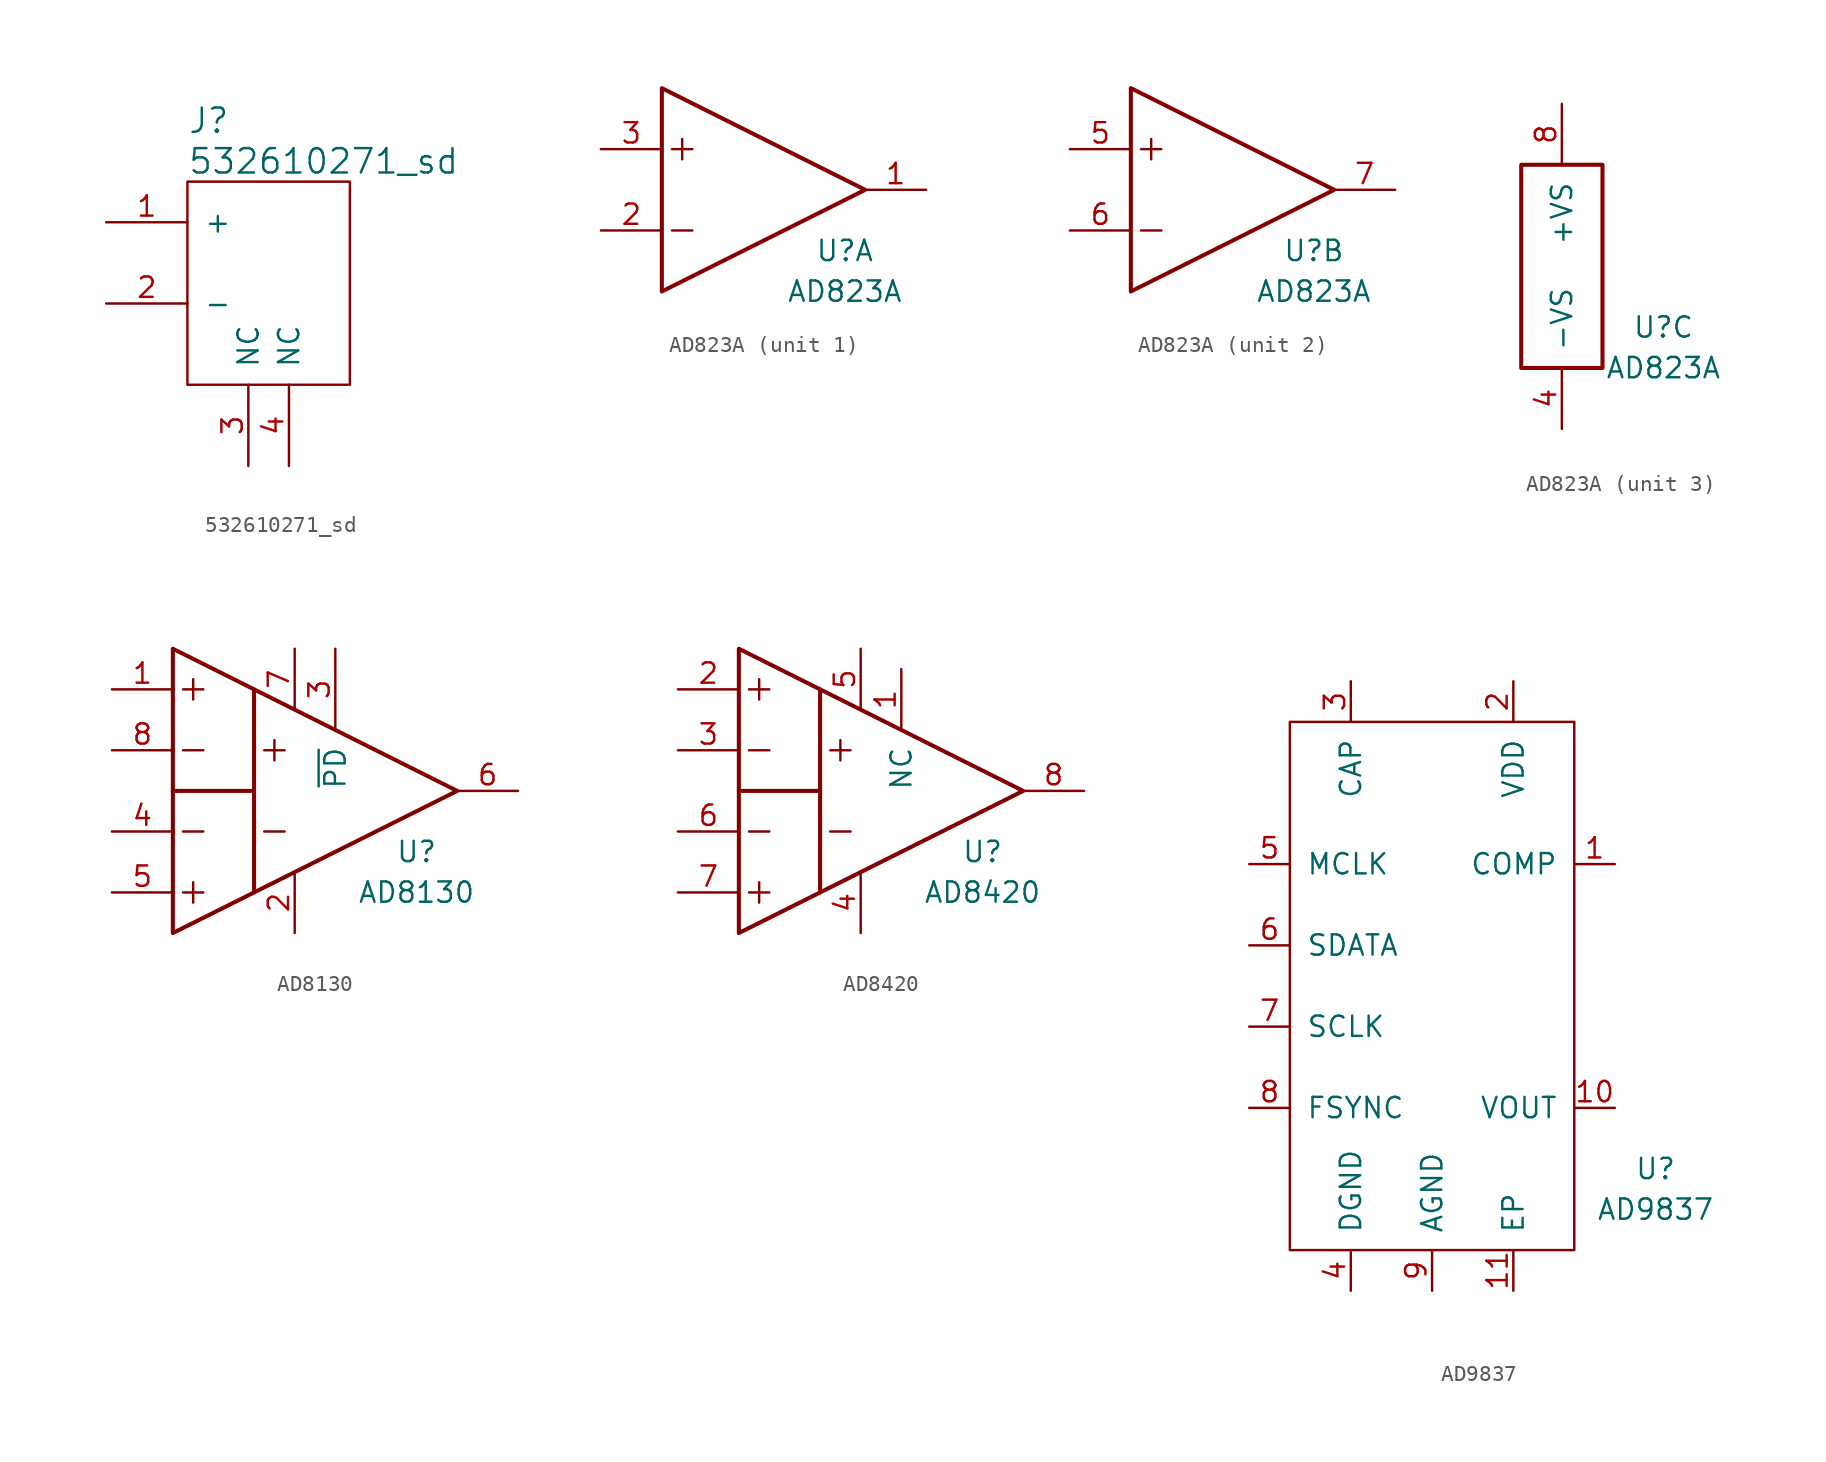
<source format=kicad_sym>
(kicad_symbol_lib
  (version 20231120)
  (generator "kicad_symbol_editor")
  (generator_version "8.0")
  (symbol "532610271_sd"
    (pin_names
      (offset 1.016))
    (property "Reference" "J"
      (at -5.08 8.89 0)
      (effects (font (size 1.524 1.524)) (justify left)))
    (property "Value" "532610271_sd"
      (at -5.08 6.35 0)
      (effects (font (size 1.524 1.524)) (justify left)))
    (symbol "532610271_sd_0_1"
      (rectangle (start -5.08 5.08) (end 5.08 -7.62) (stroke (width 0) (type default)) (fill (type none))))
    (symbol "532610271_sd_1_1"
      (pin input line (at -10.16 2.54 0) (length 5.08) (name "+" (effects (font (size 1.27 1.27)))) (number "1" (effects (font (size 1.27 1.27)))))
      (pin input line (at -10.16 -2.54 0) (length 5.08) (name "-" (effects (font (size 1.27 1.27)))) (number "2" (effects (font (size 1.27 1.27)))))
      (pin input line (at -1.27 -12.7 90) (length 5.08) (name "NC" (effects (font (size 1.27 1.27)))) (number "3" (effects (font (size 1.27 1.27)))))
      (pin input line (at 1.27 -12.7 90) (length 5.08) (name "NC" (effects (font (size 1.27 1.27)))) (number "4" (effects (font (size 1.27 1.27)))))))
  (symbol "AD823A"
    (pin_names
      (offset 1.016))
    (property "Reference" "U"
      (at 6.35 -3.81 0)
      (effects (font (size 1.27 1.27))))
    (property "Value" "AD823A"
      (at 6.35 -6.35 0)
      (effects (font (size 1.27 1.27))))
    (property "ki_locked" ""
      (at 0 0 0)
      (effects (font (size 1.27 1.27))))
    (symbol "AD823A_1_1"
      (polyline (pts (xy -4.445 -2.54) (xy -3.175 -2.54)) (stroke (width 0) (type default)) (fill (type none)))
      (polyline (pts (xy -4.445 2.54) (xy -3.175 2.54)) (stroke (width 0) (type default)) (fill (type none)))
      (polyline (pts (xy -3.81 3.175) (xy -3.81 1.905)) (stroke (width 0) (type default)) (fill (type none)))
      (polyline (pts (xy -5.08 0) (xy -5.08 6.35) (xy 7.62 0) (xy -5.08 -6.35) (xy -5.08 0)) (stroke (width 0.254) (type default)) (fill (type none)))
      (pin output line (at 11.43 0 180) (length 3.81) (name "~" (effects (font (size 1.27 1.27)))) (number "1" (effects (font (size 1.27 1.27)))))
      (pin input line (at -8.89 -2.54 0) (length 3.81) (name "~" (effects (font (size 1.27 1.27)))) (number "2" (effects (font (size 1.27 1.27)))))
      (pin input line (at -8.89 2.54 0) (length 3.81) (name "~" (effects (font (size 1.27 1.27)))) (number "3" (effects (font (size 1.27 1.27))))))
    (symbol "AD823A_2_1"
      (polyline (pts (xy -4.445 -2.54) (xy -3.175 -2.54)) (stroke (width 0) (type default)) (fill (type none)))
      (polyline (pts (xy -4.445 2.54) (xy -3.175 2.54)) (stroke (width 0) (type default)) (fill (type none)))
      (polyline (pts (xy -3.81 3.175) (xy -3.81 1.905)) (stroke (width 0) (type default)) (fill (type none)))
      (polyline (pts (xy -5.08 0) (xy -5.08 6.35) (xy 7.62 0) (xy -5.08 -6.35) (xy -5.08 0)) (stroke (width 0.254) (type default)) (fill (type none)))
      (pin output line (at -8.89 2.54 0) (length 3.81) (name "~" (effects (font (size 1.27 1.27)))) (number "5" (effects (font (size 1.27 1.27)))))
      (pin output line (at -8.89 -2.54 0) (length 3.81) (name "~" (effects (font (size 1.27 1.27)))) (number "6" (effects (font (size 1.27 1.27)))))
      (pin output line (at 11.43 0 180) (length 3.81) (name "~" (effects (font (size 1.27 1.27)))) (number "7" (effects (font (size 1.27 1.27))))))
    (symbol "AD823A_3_1"
      (rectangle (start 2.54 -6.35) (end -2.54 6.35) (stroke (width 0.254) (type default)) (fill (type none)))
      (pin power_in line (at 0 -10.16 90) (length 3.81) (name "-VS" (effects (font (size 1.27 1.27)))) (number "4" (effects (font (size 1.27 1.27)))))
      (pin power_in line (at 0 10.16 270) (length 3.81) (name "+VS" (effects (font (size 1.27 1.27)))) (number "8" (effects (font (size 1.27 1.27)))))))
  (symbol "AD8130"
    (pin_names
      (offset 1.016))
    (property "Reference" "U"
      (at 7.62 -3.81 0)
      (effects (font (size 1.27 1.27))))
    (property "Value" "AD8130"
      (at 7.62 -6.35 0)
      (effects (font (size 1.27 1.27))))
    (symbol "AD8130_0_1"
      (polyline (pts (xy -7.62 0) (xy -2.54 0)) (stroke (width 0.254) (type default)) (fill (type none)))
      (polyline (pts (xy -6.985 -6.35) (xy -5.715 -6.35)) (stroke (width 0) (type default)) (fill (type none)))
      (polyline (pts (xy -6.985 -2.54) (xy -5.715 -2.54)) (stroke (width 0) (type default)) (fill (type none)))
      (polyline (pts (xy -6.985 2.54) (xy -5.715 2.54)) (stroke (width 0) (type default)) (fill (type none)))
      (polyline (pts (xy -6.985 6.35) (xy -5.715 6.35)) (stroke (width 0) (type default)) (fill (type none)))
      (polyline (pts (xy -6.35 -5.715) (xy -6.35 -6.985)) (stroke (width 0) (type default)) (fill (type none)))
      (polyline (pts (xy -6.35 6.985) (xy -6.35 5.715)) (stroke (width 0) (type default)) (fill (type none)))
      (polyline (pts (xy -1.905 -2.54) (xy -0.635 -2.54)) (stroke (width 0) (type default)) (fill (type none)))
      (polyline (pts (xy -1.905 2.54) (xy -0.635 2.54)) (stroke (width 0) (type default)) (fill (type none)))
      (polyline (pts (xy -1.27 3.175) (xy -1.27 1.905)) (stroke (width 0) (type default)) (fill (type none)))
      (polyline (pts (xy -2.54 6.35) (xy -7.62 8.89) (xy -7.62 -8.89) (xy -2.54 -6.35)) (stroke (width 0.254) (type default)) (fill (type none)))
      (polyline (pts (xy -2.54 0) (xy -2.54 6.35) (xy 10.16 0) (xy -2.54 -6.35) (xy -2.54 0)) (stroke (width 0.254) (type default)) (fill (type none))))
    (symbol "AD8130_1_1"
      (pin input line (at -11.43 6.35 0) (length 3.81) (name "~" (effects (font (size 1.27 1.27)))) (number "1" (effects (font (size 1.27 1.27)))))
      (pin power_in line (at 0 -8.89 90) (length 3.81) (name "~" (effects (font (size 1.27 1.27)))) (number "2" (effects (font (size 1.27 1.27)))))
      (pin input line (at 2.54 8.89 270) (length 5.08) (name "~{PD}" (effects (font (size 1.27 1.27)))) (number "3" (effects (font (size 1.27 1.27)))))
      (pin input line (at -11.43 -2.54 0) (length 3.81) (name "~" (effects (font (size 1.27 1.27)))) (number "4" (effects (font (size 1.27 1.27)))))
      (pin input line (at -11.43 -6.35 0) (length 3.81) (name "~" (effects (font (size 1.27 1.27)))) (number "5" (effects (font (size 1.27 1.27)))))
      (pin output line (at 13.97 0 180) (length 3.81) (name "~" (effects (font (size 1.27 1.27)))) (number "6" (effects (font (size 1.27 1.27)))))
      (pin power_in line (at 0 8.89 270) (length 3.81) (name "~" (effects (font (size 1.27 1.27)))) (number "7" (effects (font (size 1.27 1.27)))))
      (pin input line (at -11.43 2.54 0) (length 3.81) (name "~" (effects (font (size 1.27 1.27)))) (number "8" (effects (font (size 1.27 1.27)))))))
  (symbol "AD8420"
    (pin_names
      (offset 1.016))
    (property "Reference" "U"
      (at 7.62 -3.81 0)
      (effects (font (size 1.27 1.27))))
    (property "Value" "AD8420"
      (at 7.62 -6.35 0)
      (effects (font (size 1.27 1.27))))
    (symbol "AD8420_0_1"
      (polyline (pts (xy -7.62 0) (xy -2.54 0)) (stroke (width 0.254) (type default)) (fill (type none)))
      (polyline (pts (xy -6.985 -6.35) (xy -5.715 -6.35)) (stroke (width 0) (type default)) (fill (type none)))
      (polyline (pts (xy -6.985 -2.54) (xy -5.715 -2.54)) (stroke (width 0) (type default)) (fill (type none)))
      (polyline (pts (xy -6.985 2.54) (xy -5.715 2.54)) (stroke (width 0) (type default)) (fill (type none)))
      (polyline (pts (xy -6.985 6.35) (xy -5.715 6.35)) (stroke (width 0) (type default)) (fill (type none)))
      (polyline (pts (xy -6.35 -5.715) (xy -6.35 -6.985)) (stroke (width 0) (type default)) (fill (type none)))
      (polyline (pts (xy -6.35 6.985) (xy -6.35 5.715)) (stroke (width 0) (type default)) (fill (type none)))
      (polyline (pts (xy -1.905 -2.54) (xy -0.635 -2.54)) (stroke (width 0) (type default)) (fill (type none)))
      (polyline (pts (xy -1.905 2.54) (xy -0.635 2.54)) (stroke (width 0) (type default)) (fill (type none)))
      (polyline (pts (xy -1.27 3.175) (xy -1.27 1.905)) (stroke (width 0) (type default)) (fill (type none)))
      (polyline (pts (xy -2.54 6.35) (xy -7.62 8.89) (xy -7.62 -8.89) (xy -2.54 -6.35)) (stroke (width 0.254) (type default)) (fill (type none)))
      (polyline (pts (xy -2.54 0) (xy -2.54 6.35) (xy 10.16 0) (xy -2.54 -6.35) (xy -2.54 0)) (stroke (width 0.254) (type default)) (fill (type none))))
    (symbol "AD8420_1_1"
      (pin input line (at 2.54 7.62 270) (length 3.81) (name "NC" (effects (font (size 1.27 1.27)))) (number "1" (effects (font (size 1.27 1.27)))))
      (pin input line (at -11.43 6.35 0) (length 3.81) (name "~" (effects (font (size 1.27 1.27)))) (number "2" (effects (font (size 1.27 1.27)))))
      (pin input line (at -11.43 2.54 0) (length 3.81) (name "~" (effects (font (size 1.27 1.27)))) (number "3" (effects (font (size 1.27 1.27)))))
      (pin power_in line (at 0 -8.89 90) (length 3.81) (name "~" (effects (font (size 1.27 1.27)))) (number "4" (effects (font (size 1.27 1.27)))))
      (pin power_in line (at 0 8.89 270) (length 3.81) (name "~" (effects (font (size 1.27 1.27)))) (number "5" (effects (font (size 1.27 1.27)))))
      (pin input line (at -11.43 -2.54 0) (length 3.81) (name "~" (effects (font (size 1.27 1.27)))) (number "6" (effects (font (size 1.27 1.27)))))
      (pin input line (at -11.43 -6.35 0) (length 3.81) (name "~" (effects (font (size 1.27 1.27)))) (number "7" (effects (font (size 1.27 1.27)))))
      (pin output line (at 13.97 0 180) (length 3.81) (name "~" (effects (font (size 1.27 1.27)))) (number "8" (effects (font (size 1.27 1.27)))))))
  (symbol "AD9837"
    (pin_names
      (offset 1.016))
    (property "Reference" "U"
      (at 13.97 -11.43 0)
      (effects (font (size 1.27 1.27))))
    (property "Value" "AD9837"
      (at 13.97 -13.97 0)
      (effects (font (size 1.27 1.27))))
    (symbol "AD9837_0_1"
      (rectangle (start -8.89 16.51) (end 8.89 -16.51) (stroke (width 0) (type default)) (fill (type none))))
    (symbol "AD9837_1_1"
      (pin passive line (at 11.43 7.62 180) (length 2.54) (name "COMP" (effects (font (size 1.27 1.27)))) (number "1" (effects (font (size 1.27 1.27)))))
      (pin output line (at 11.43 -7.62 180) (length 2.54) (name "VOUT" (effects (font (size 1.27 1.27)))) (number "10" (effects (font (size 1.27 1.27)))))
      (pin power_in line (at 5.08 -19.05 90) (length 2.54) (name "EP" (effects (font (size 1.27 1.27)))) (number "11" (effects (font (size 1.27 1.27)))))
      (pin power_in line (at 5.08 19.05 270) (length 2.54) (name "VDD" (effects (font (size 1.27 1.27)))) (number "2" (effects (font (size 1.27 1.27)))))
      (pin passive line (at -5.08 19.05 270) (length 2.54) (name "CAP" (effects (font (size 1.27 1.27)))) (number "3" (effects (font (size 1.27 1.27)))))
      (pin power_in line (at -5.08 -19.05 90) (length 2.54) (name "DGND" (effects (font (size 1.27 1.27)))) (number "4" (effects (font (size 1.27 1.27)))))
      (pin input line (at -11.43 7.62 0) (length 2.54) (name "MCLK" (effects (font (size 1.27 1.27)))) (number "5" (effects (font (size 1.27 1.27)))))
      (pin input line (at -11.43 2.54 0) (length 2.54) (name "SDATA" (effects (font (size 1.27 1.27)))) (number "6" (effects (font (size 1.27 1.27)))))
      (pin input line (at -11.43 -2.54 0) (length 2.54) (name "SCLK" (effects (font (size 1.27 1.27)))) (number "7" (effects (font (size 1.27 1.27)))))
      (pin input line (at -11.43 -7.62 0) (length 2.54) (name "FSYNC" (effects (font (size 1.27 1.27)))) (number "8" (effects (font (size 1.27 1.27)))))
      (pin power_in line (at 0 -19.05 90) (length 2.54) (name "AGND" (effects (font (size 1.27 1.27)))) (number "9" (effects (font (size 1.27 1.27))))))))
</source>
